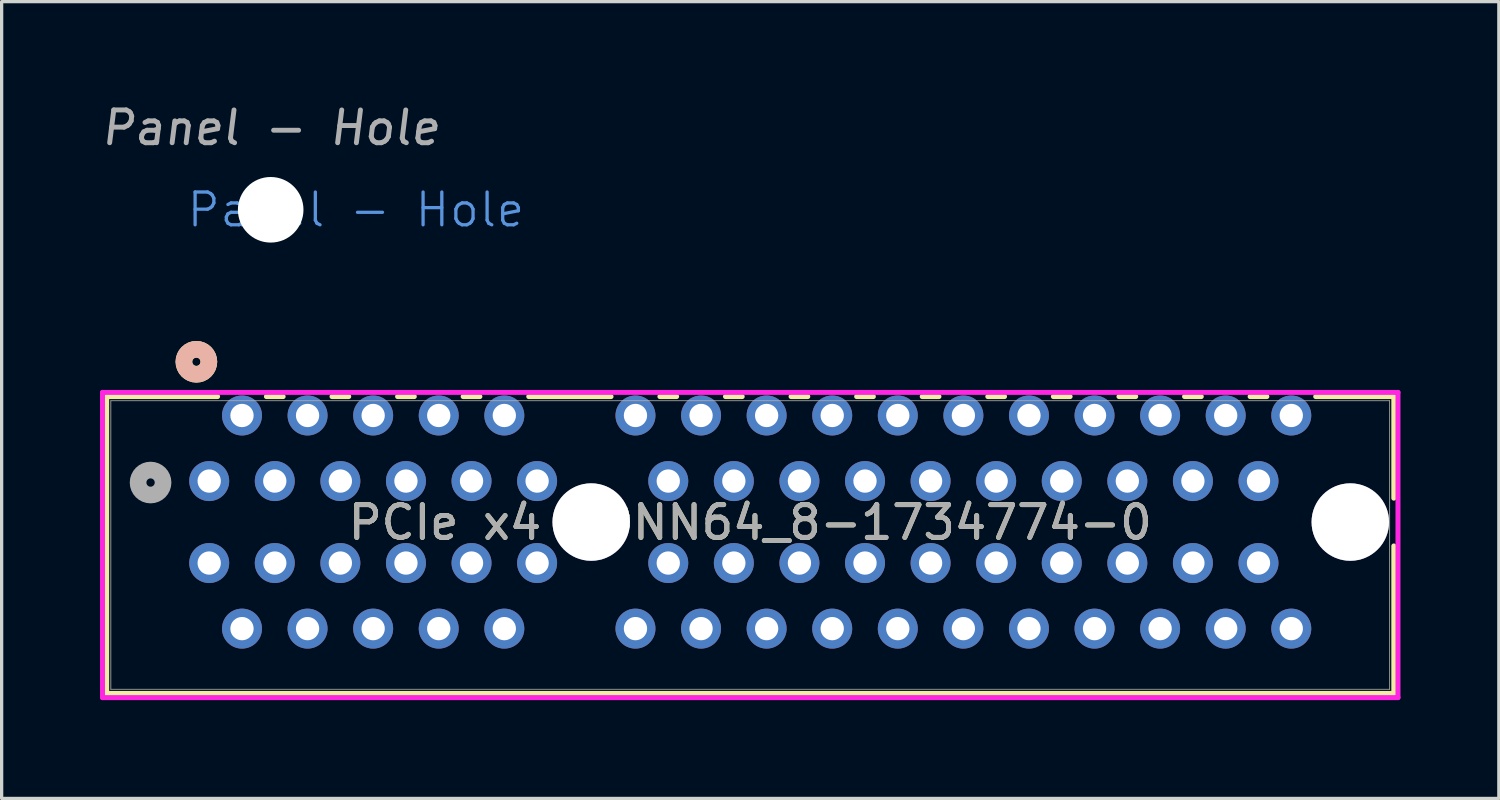
<source format=kicad_pcb>
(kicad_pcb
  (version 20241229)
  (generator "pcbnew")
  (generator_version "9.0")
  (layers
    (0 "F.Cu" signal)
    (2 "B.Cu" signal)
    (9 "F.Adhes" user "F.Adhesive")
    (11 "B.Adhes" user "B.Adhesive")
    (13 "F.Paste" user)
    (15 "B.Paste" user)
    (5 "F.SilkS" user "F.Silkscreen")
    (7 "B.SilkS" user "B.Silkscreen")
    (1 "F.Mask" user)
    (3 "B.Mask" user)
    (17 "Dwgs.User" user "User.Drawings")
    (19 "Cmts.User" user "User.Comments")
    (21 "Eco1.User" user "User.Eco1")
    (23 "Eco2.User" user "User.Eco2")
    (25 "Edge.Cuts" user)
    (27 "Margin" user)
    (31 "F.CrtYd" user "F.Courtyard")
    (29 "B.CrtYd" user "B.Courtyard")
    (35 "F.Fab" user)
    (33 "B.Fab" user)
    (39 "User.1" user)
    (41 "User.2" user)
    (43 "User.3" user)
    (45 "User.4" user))
  (footprint "Panel - Hole"
    (layer "F.Cu")
    (at 5.205 3.348)
    (property "Reference" "Panel - Hole" (at 2.6 0 0) (layer "Cmts.User") (effects (font (size 1 1) (thickness 0.1))))
    (attr exclude_from_pos_files exclude_from_bom)
    (fp_text user "${REFERENCE}" (at 0 -2.5 0) (unlocked yes) (layer "F.Fab") (effects (font (size 1 1) (thickness 0.15) (italic yes))))
    (pad "" np_thru_hole circle (at 0 0) (size 2 2) (drill 2) (layers "*.Cu" "*.Mask")))
  (footprint "PCIe x4 CONN64_8-1734774-0"
    (layer "F.Cu")
    (at 3.33 11.621)
    (property "Reference" "PCIe x4 CONN64_8-1734774-0" (at 16.5 1.264 0) (unlocked yes) (layer "F.SilkS") (effects (font (size 1 1) (thickness 0.15))))
    (attr through_hole)
    (fp_line (start -3.127 -2.577) (end 0.255 -2.577) (stroke (width 0.152) (type solid)) (layer "F.SilkS"))
    (fp_line (start -3.127 6.477) (end -3.127 -2.577) (stroke (width 0.152) (type solid)) (layer "F.SilkS"))
    (fp_line (start 1.745 -2.577) (end 2.255 -2.577) (stroke (width 0.152) (type solid)) (layer "F.SilkS"))
    (fp_line (start 3.745 -2.577) (end 4.255 -2.577) (stroke (width 0.152) (type solid)) (layer "F.SilkS"))
    (fp_line (start 5.745 -2.577) (end 6.255 -2.577) (stroke (width 0.152) (type solid)) (layer "F.SilkS"))
    (fp_line (start 7.745 -2.577) (end 8.255 -2.577) (stroke (width 0.152) (type solid)) (layer "F.SilkS"))
    (fp_line (start 9.745 -2.577) (end 12.255 -2.577) (stroke (width 0.152) (type solid)) (layer "F.SilkS"))
    (fp_line (start 13.745 -2.577) (end 14.255 -2.577) (stroke (width 0.152) (type solid)) (layer "F.SilkS"))
    (fp_line (start 15.745 -2.577) (end 16.255 -2.577) (stroke (width 0.152) (type solid)) (layer "F.SilkS"))
    (fp_line (start 17.745 -2.577) (end 18.255 -2.577) (stroke (width 0.152) (type solid)) (layer "F.SilkS"))
    (fp_line (start 19.745 -2.577) (end 20.255 -2.577) (stroke (width 0.152) (type solid)) (layer "F.SilkS"))
    (fp_line (start 21.745 -2.577) (end 22.255 -2.577) (stroke (width 0.152) (type solid)) (layer "F.SilkS"))
    (fp_line (start 23.745 -2.577) (end 24.255 -2.577) (stroke (width 0.152) (type solid)) (layer "F.SilkS"))
    (fp_line (start 25.745 -2.577) (end 26.255 -2.577) (stroke (width 0.152) (type solid)) (layer "F.SilkS"))
    (fp_line (start 27.745 -2.577) (end 28.255 -2.577) (stroke (width 0.152) (type solid)) (layer "F.SilkS"))
    (fp_line (start 29.745 -2.577) (end 30.255 -2.577) (stroke (width 0.152) (type solid)) (layer "F.SilkS"))
    (fp_line (start 31.745 -2.577) (end 32.255 -2.577) (stroke (width 0.152) (type solid)) (layer "F.SilkS"))
    (fp_line (start 33.745 -2.577) (end 36.127 -2.577) (stroke (width 0.152) (type solid)) (layer "F.SilkS"))
    (fp_line (start 36.127 -2.577) (end 36.127 0.521) (stroke (width 0.152) (type solid)) (layer "F.SilkS"))
    (fp_line (start 36.127 1.979) (end 36.127 6.477) (stroke (width 0.152) (type solid)) (layer "F.SilkS"))
    (fp_line (start 36.127 6.477) (end -3.127 6.477) (stroke (width 0.152) (type solid)) (layer "F.SilkS"))
    (fp_circle (center -0.391 -3.638) (end -0.01 -3.638) (stroke (width 0.508) (type solid)) (fill no) (layer "F.SilkS"))
    (fp_circle (center -0.391 -3.638) (end -0.01 -3.638) (stroke (width 0.508) (type solid)) (fill no) (layer "B.SilkS"))
    (fp_line (start -3.254 -2.704) (end -3.254 6.604) (stroke (width 0.152) (type solid)) (layer "F.CrtYd"))
    (fp_line (start -3.254 6.604) (end 36.254 6.604) (stroke (width 0.152) (type solid)) (layer "F.CrtYd"))
    (fp_line (start 36.254 -2.704) (end -3.254 -2.704) (stroke (width 0.152) (type solid)) (layer "F.CrtYd"))
    (fp_line (start 36.254 6.604) (end 36.254 -2.704) (stroke (width 0.152) (type solid)) (layer "F.CrtYd"))
    (fp_line (start -3 -2.45) (end -3 6.35) (stroke (width 0.025) (type solid)) (layer "F.Fab"))
    (fp_line (start -3 6.35) (end 36 6.35) (stroke (width 0.025) (type solid)) (layer "F.Fab"))
    (fp_line (start 36 -2.45) (end -3 -2.45) (stroke (width 0.025) (type solid)) (layer "F.Fab"))
    (fp_line (start 36 6.35) (end 36 -2.45) (stroke (width 0.025) (type solid)) (layer "F.Fab"))
    (fp_circle (center -1.788 0.045) (end -1.407 0.045) (stroke (width 0.508) (type solid)) (fill no) (layer "F.Fab"))
    (fp_text user "${REFERENCE}" (at 16.5 1.264 0) (unlocked yes) (layer "F.Fab") (effects (font (size 1 1) (thickness 0.15))))
    (pad "65" thru_hole circle (at 11.65 1.25) (size 2.362 2.362) (drill 2.362) (layers "*.Cu" "*.Mask"))
    (pad "66" thru_hole circle (at 34.8 1.25) (size 2.362 2.362) (drill 2.362) (layers "*.Cu" "*.Mask"))
    (pad "A1" thru_hole circle (at 0 0 90) (size 1.219 1.219) (drill 0.711) (layers "*.Cu" "*.Mask"))
    (pad "A2" thru_hole circle (at 1 -2 90) (size 1.219 1.219) (drill 0.711) (layers "*.Cu" "*.Mask"))
    (pad "A3" thru_hole circle (at 2 0 90) (size 1.219 1.219) (drill 0.711) (layers "*.Cu" "*.Mask"))
    (pad "A4" thru_hole circle (at 3 -2 90) (size 1.219 1.219) (drill 0.711) (layers "*.Cu" "*.Mask"))
    (pad "A5" thru_hole circle (at 4 0 90) (size 1.219 1.219) (drill 0.711) (layers "*.Cu" "*.Mask"))
    (pad "A6" thru_hole circle (at 5 -2 90) (size 1.219 1.219) (drill 0.711) (layers "*.Cu" "*.Mask"))
    (pad "A7" thru_hole circle (at 6 0 90) (size 1.219 1.219) (drill 0.711) (layers "*.Cu" "*.Mask"))
    (pad "A8" thru_hole circle (at 7 -2 90) (size 1.219 1.219) (drill 0.711) (layers "*.Cu" "*.Mask"))
    (pad "A9" thru_hole circle (at 8 0 90) (size 1.219 1.219) (drill 0.711) (layers "*.Cu" "*.Mask"))
    (pad "A10" thru_hole circle (at 9 -2 90) (size 1.219 1.219) (drill 0.711) (layers "*.Cu" "*.Mask"))
    (pad "A11" thru_hole circle (at 10 0 90) (size 1.219 1.219) (drill 0.711) (layers "*.Cu" "*.Mask"))
    (pad "A12" thru_hole circle (at 13 -2 90) (size 1.219 1.219) (drill 0.711) (layers "*.Cu" "*.Mask"))
    (pad "A13" thru_hole circle (at 14 0 90) (size 1.219 1.219) (drill 0.711) (layers "*.Cu" "*.Mask"))
    (pad "A14" thru_hole circle (at 15 -2 90) (size 1.219 1.219) (drill 0.711) (layers "*.Cu" "*.Mask"))
    (pad "A15" thru_hole circle (at 16 0 90) (size 1.219 1.219) (drill 0.711) (layers "*.Cu" "*.Mask"))
    (pad "A16" thru_hole circle (at 17 -2 90) (size 1.219 1.219) (drill 0.711) (layers "*.Cu" "*.Mask"))
    (pad "A17" thru_hole circle (at 18 0 90) (size 1.219 1.219) (drill 0.711) (layers "*.Cu" "*.Mask"))
    (pad "A18" thru_hole circle (at 19 -2 90) (size 1.219 1.219) (drill 0.711) (layers "*.Cu" "*.Mask"))
    (pad "A19" thru_hole circle (at 20 0 90) (size 1.219 1.219) (drill 0.711) (layers "*.Cu" "*.Mask"))
    (pad "A20" thru_hole circle (at 21 -2 90) (size 1.219 1.219) (drill 0.711) (layers "*.Cu" "*.Mask"))
    (pad "A21" thru_hole circle (at 22 0 90) (size 1.219 1.219) (drill 0.711) (layers "*.Cu" "*.Mask"))
    (pad "A22" thru_hole circle (at 23 -2 90) (size 1.219 1.219) (drill 0.711) (layers "*.Cu" "*.Mask"))
    (pad "A23" thru_hole circle (at 24 0 90) (size 1.219 1.219) (drill 0.711) (layers "*.Cu" "*.Mask"))
    (pad "A24" thru_hole circle (at 25 -2 90) (size 1.219 1.219) (drill 0.711) (layers "*.Cu" "*.Mask"))
    (pad "A25" thru_hole circle (at 26 0 90) (size 1.219 1.219) (drill 0.711) (layers "*.Cu" "*.Mask"))
    (pad "A26" thru_hole circle (at 27 -2 90) (size 1.219 1.219) (drill 0.711) (layers "*.Cu" "*.Mask"))
    (pad "A27" thru_hole circle (at 28 0 90) (size 1.219 1.219) (drill 0.711) (layers "*.Cu" "*.Mask"))
    (pad "A28" thru_hole circle (at 29 -2 90) (size 1.219 1.219) (drill 0.711) (layers "*.Cu" "*.Mask"))
    (pad "A29" thru_hole circle (at 30 0 90) (size 1.219 1.219) (drill 0.711) (layers "*.Cu" "*.Mask"))
    (pad "A30" thru_hole circle (at 31 -2 90) (size 1.219 1.219) (drill 0.711) (layers "*.Cu" "*.Mask"))
    (pad "A31" thru_hole circle (at 32 0 90) (size 1.219 1.219) (drill 0.711) (layers "*.Cu" "*.Mask"))
    (pad "A32" thru_hole circle (at 33 -2 90) (size 1.219 1.219) (drill 0.711) (layers "*.Cu" "*.Mask"))
    (pad "B1" thru_hole circle (at 0 2.5 90) (size 1.219 1.219) (drill 0.711) (layers "*.Cu" "*.Mask"))
    (pad "B2" thru_hole circle (at 1 4.5 90) (size 1.219 1.219) (drill 0.711) (layers "*.Cu" "*.Mask"))
    (pad "B3" thru_hole circle (at 2 2.5 90) (size 1.219 1.219) (drill 0.711) (layers "*.Cu" "*.Mask"))
    (pad "B4" thru_hole circle (at 3 4.5 90) (size 1.219 1.219) (drill 0.711) (layers "*.Cu" "*.Mask"))
    (pad "B5" thru_hole circle (at 4 2.5 90) (size 1.219 1.219) (drill 0.711) (layers "*.Cu" "*.Mask"))
    (pad "B6" thru_hole circle (at 5 4.5 90) (size 1.219 1.219) (drill 0.711) (layers "*.Cu" "*.Mask"))
    (pad "B7" thru_hole circle (at 6 2.5 90) (size 1.219 1.219) (drill 0.711) (layers "*.Cu" "*.Mask"))
    (pad "B8" thru_hole circle (at 7 4.5 90) (size 1.219 1.219) (drill 0.711) (layers "*.Cu" "*.Mask"))
    (pad "B9" thru_hole circle (at 8 2.5 90) (size 1.219 1.219) (drill 0.711) (layers "*.Cu" "*.Mask"))
    (pad "B10" thru_hole circle (at 9 4.5 90) (size 1.219 1.219) (drill 0.711) (layers "*.Cu" "*.Mask"))
    (pad "B11" thru_hole circle (at 10 2.5 90) (size 1.219 1.219) (drill 0.711) (layers "*.Cu" "*.Mask"))
    (pad "B12" thru_hole circle (at 13 4.5 90) (size 1.219 1.219) (drill 0.711) (layers "*.Cu" "*.Mask"))
    (pad "B13" thru_hole circle (at 14 2.5 90) (size 1.219 1.219) (drill 0.711) (layers "*.Cu" "*.Mask"))
    (pad "B14" thru_hole circle (at 15 4.5 90) (size 1.219 1.219) (drill 0.711) (layers "*.Cu" "*.Mask"))
    (pad "B15" thru_hole circle (at 16 2.5 90) (size 1.219 1.219) (drill 0.711) (layers "*.Cu" "*.Mask"))
    (pad "B16" thru_hole circle (at 17 4.5 90) (size 1.219 1.219) (drill 0.711) (layers "*.Cu" "*.Mask"))
    (pad "B17" thru_hole circle (at 18 2.5 90) (size 1.219 1.219) (drill 0.711) (layers "*.Cu" "*.Mask"))
    (pad "B18" thru_hole circle (at 19 4.5 90) (size 1.219 1.219) (drill 0.711) (layers "*.Cu" "*.Mask"))
    (pad "B19" thru_hole circle (at 20 2.5 90) (size 1.219 1.219) (drill 0.711) (layers "*.Cu" "*.Mask"))
    (pad "B20" thru_hole circle (at 21 4.5 90) (size 1.219 1.219) (drill 0.711) (layers "*.Cu" "*.Mask"))
    (pad "B21" thru_hole circle (at 22 2.5 90) (size 1.219 1.219) (drill 0.711) (layers "*.Cu" "*.Mask"))
    (pad "B22" thru_hole circle (at 23 4.5 90) (size 1.219 1.219) (drill 0.711) (layers "*.Cu" "*.Mask"))
    (pad "B23" thru_hole circle (at 24 2.5 90) (size 1.219 1.219) (drill 0.711) (layers "*.Cu" "*.Mask"))
    (pad "B24" thru_hole circle (at 25 4.5 90) (size 1.219 1.219) (drill 0.711) (layers "*.Cu" "*.Mask"))
    (pad "B25" thru_hole circle (at 26 2.5 90) (size 1.219 1.219) (drill 0.711) (layers "*.Cu" "*.Mask"))
    (pad "B26" thru_hole circle (at 27 4.5 90) (size 1.219 1.219) (drill 0.711) (layers "*.Cu" "*.Mask"))
    (pad "B27" thru_hole circle (at 28 2.5 90) (size 1.219 1.219) (drill 0.711) (layers "*.Cu" "*.Mask"))
    (pad "B28" thru_hole circle (at 29 4.5 90) (size 1.219 1.219) (drill 0.711) (layers "*.Cu" "*.Mask"))
    (pad "B29" thru_hole circle (at 30 2.5 90) (size 1.219 1.219) (drill 0.711) (layers "*.Cu" "*.Mask"))
    (pad "B30" thru_hole circle (at 31 4.5 90) (size 1.219 1.219) (drill 0.711) (layers "*.Cu" "*.Mask"))
    (pad "B31" thru_hole circle (at 32 2.5 90) (size 1.219 1.219) (drill 0.711) (layers "*.Cu" "*.Mask"))
    (pad "B32" thru_hole circle (at 33 4.5 90) (size 1.219 1.219) (drill 0.711) (layers "*.Cu" "*.Mask")))
  (gr_rect
    (start -3 -3)
    (end 42.66 21.301)
    (stroke (width 0.1) (type default))
    (fill no)
    (layer "Edge.Cuts")))
</source>
